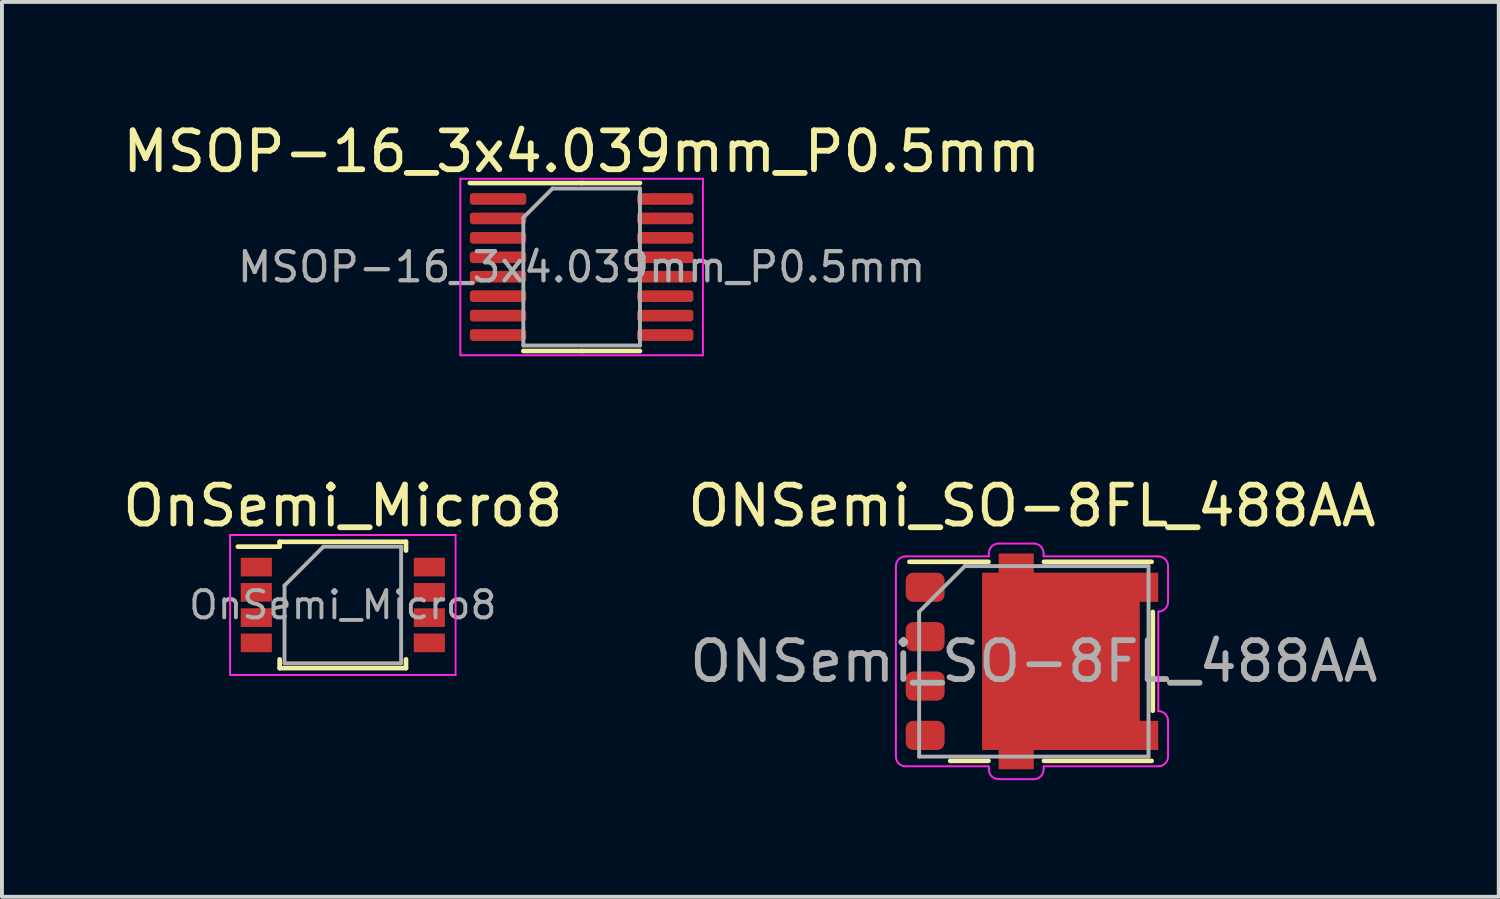
<source format=kicad_pcb>
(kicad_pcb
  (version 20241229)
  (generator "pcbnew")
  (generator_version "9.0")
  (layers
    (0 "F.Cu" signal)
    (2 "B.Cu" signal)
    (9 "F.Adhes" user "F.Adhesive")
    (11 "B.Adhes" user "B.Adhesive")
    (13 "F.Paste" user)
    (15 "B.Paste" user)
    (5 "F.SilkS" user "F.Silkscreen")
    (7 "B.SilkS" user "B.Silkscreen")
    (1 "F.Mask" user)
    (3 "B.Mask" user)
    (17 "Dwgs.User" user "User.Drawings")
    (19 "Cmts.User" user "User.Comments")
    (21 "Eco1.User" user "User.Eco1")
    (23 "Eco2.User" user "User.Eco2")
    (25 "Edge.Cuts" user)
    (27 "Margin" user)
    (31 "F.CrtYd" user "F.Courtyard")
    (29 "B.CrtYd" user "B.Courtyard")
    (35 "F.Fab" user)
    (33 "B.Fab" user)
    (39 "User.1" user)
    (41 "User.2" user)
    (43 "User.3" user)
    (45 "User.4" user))
  (footprint "ONSemi_SO-8FL_488AA"
    (layer "F.Cu")
    (at 23.494 13.961)
    (property "Reference" "ONSemi_SO-8FL_488AA" (at 0 -4 0) (layer "F.SilkS") (effects (font (size 1 1) (thickness 0.15))))
    (attr smd)
    (fp_line (start -1.118 -2.56) (end -3.152 -2.56) (stroke (width 0.12) (type solid)) (layer "F.SilkS"))
    (fp_line (start -1.118 2.56) (end -2.103 2.56) (stroke (width 0.12) (type solid)) (layer "F.SilkS"))
    (fp_line (start 3.078 -2.56) (end 0.308 -2.56) (stroke (width 0.12) (type solid)) (layer "F.SilkS"))
    (fp_line (start 3.078 2.56) (end 0.308 2.56) (stroke (width 0.12) (type solid)) (layer "F.SilkS"))
    (fp_line (start 3.108 -1.27) (end 3.108 1.27) (stroke (width 0.12) (type solid)) (layer "F.SilkS"))
    (fp_line (start -3.5 2.45) (end -3.5 -2.45) (stroke (width 0.05) (type solid)) (layer "F.CrtYd"))
    (fp_line (start -3.25 -2.7) (end -1.11 -2.7) (stroke (width 0.05) (type solid)) (layer "F.CrtYd"))
    (fp_line (start -3.25 2.7) (end -1.11 2.7) (stroke (width 0.05) (type solid)) (layer "F.CrtYd"))
    (fp_line (start -1.11 -2.78) (end -1.11 -2.7) (stroke (width 0.05) (type solid)) (layer "F.CrtYd"))
    (fp_line (start -1.11 2.7) (end -1.11 2.78) (stroke (width 0.05) (type solid)) (layer "F.CrtYd"))
    (fp_line (start -0.86 -3.03) (end 0.05 -3.03) (stroke (width 0.05) (type solid)) (layer "F.CrtYd"))
    (fp_line (start -0.86 3.03) (end 0.05 3.03) (stroke (width 0.05) (type solid)) (layer "F.CrtYd"))
    (fp_line (start 0.3 -2.7) (end 0.3 -2.78) (stroke (width 0.05) (type solid)) (layer "F.CrtYd"))
    (fp_line (start 0.3 -2.7) (end 3.25 -2.7) (stroke (width 0.05) (type solid)) (layer "F.CrtYd"))
    (fp_line (start 0.3 2.7) (end 3.25 2.7) (stroke (width 0.05) (type solid)) (layer "F.CrtYd"))
    (fp_line (start 0.3 2.78) (end 0.3 2.7) (stroke (width 0.05) (type solid)) (layer "F.CrtYd"))
    (fp_line (start 3.25 1.28) (end 3.25 -1.28) (stroke (width 0.05) (type solid)) (layer "F.CrtYd"))
    (fp_line (start 3.5 -1.53) (end 3.5 -2.45) (stroke (width 0.05) (type solid)) (layer "F.CrtYd"))
    (fp_line (start 3.5 2.45) (end 3.5 1.53) (stroke (width 0.05) (type solid)) (layer "F.CrtYd"))
    (fp_arc (start -3.5 -2.45) (mid -3.426777 -2.626777) (end -3.25 -2.7) (stroke (width 0.05) (type solid)) (layer "F.CrtYd"))
    (fp_arc (start -3.25 2.7) (mid -3.426777 2.626777) (end -3.5 2.45) (stroke (width 0.05) (type solid)) (layer "F.CrtYd"))
    (fp_arc (start -1.11 -2.78) (mid -1.036777 -2.956777) (end -0.86 -3.03) (stroke (width 0.05) (type solid)) (layer "F.CrtYd"))
    (fp_arc (start -0.86 3.03) (mid -1.036777 2.956777) (end -1.11 2.78) (stroke (width 0.05) (type solid)) (layer "F.CrtYd"))
    (fp_arc (start 0.05 -3.03) (mid 0.226777 -2.956777) (end 0.3 -2.78) (stroke (width 0.05) (type solid)) (layer "F.CrtYd"))
    (fp_arc (start 0.3 2.78) (mid 0.226777 2.956777) (end 0.05 3.03) (stroke (width 0.05) (type solid)) (layer "F.CrtYd"))
    (fp_arc (start 3.25 -2.7) (mid 3.426777 -2.626777) (end 3.5 -2.45) (stroke (width 0.05) (type solid)) (layer "F.CrtYd"))
    (fp_arc (start 3.25 1.28) (mid 3.426777 1.353223) (end 3.5 1.53) (stroke (width 0.05) (type solid)) (layer "F.CrtYd"))
    (fp_arc (start 3.5 -1.53) (mid 3.426777 -1.353223) (end 3.25 -1.28) (stroke (width 0.05) (type solid)) (layer "F.CrtYd"))
    (fp_arc (start 3.5 2.45) (mid 3.426777 2.626777) (end 3.25 2.7) (stroke (width 0.05) (type solid)) (layer "F.CrtYd"))
    (fp_line (start -2.902 -1.275) (end -2.902 2.45) (stroke (width 0.1) (type solid)) (layer "F.Fab"))
    (fp_line (start -1.727 -2.45) (end -2.902 -1.275) (stroke (width 0.1) (type solid)) (layer "F.Fab"))
    (fp_line (start 2.998 -2.45) (end -1.727 -2.45) (stroke (width 0.1) (type solid)) (layer "F.Fab"))
    (fp_line (start 2.998 -2.45) (end 2.998 2.45) (stroke (width 0.1) (type solid)) (layer "F.Fab"))
    (fp_line (start 2.998 2.45) (end -2.902 2.45) (stroke (width 0.1) (type solid)) (layer "F.Fab"))
    (fp_text user "${REFERENCE}" (at 0.048 0 0) (layer "F.Fab") (effects (font (size 1 1) (thickness 0.15))))
    (pad "1" smd roundrect (at -2.747 -1.905) (size 1 0.75) (layers "F.Cu" "F.Mask" "F.Paste") (roundrect_rratio 0.25))
    (pad "2" smd roundrect (at -2.747 -0.635) (size 1 0.75) (layers "F.Cu" "F.Mask" "F.Paste") (roundrect_rratio 0.25))
    (pad "3" smd roundrect (at -2.747 0.635) (size 1 0.75) (layers "F.Cu" "F.Mask" "F.Paste") (roundrect_rratio 0.25))
    (pad "4" smd roundrect (at -2.747 1.905) (size 1 0.75) (layers "F.Cu" "F.Mask" "F.Paste") (roundrect_rratio 0.25))
    (pad "5" smd custom (at 0.745 0) (size 4.055 4.56) (layers "F.Cu" "F.Mask" "F.Paste") (options (anchor rect)) (primitives (gr_poly (pts (xy -0.698 -2.28) (xy 2.502 -2.28) (xy 2.502 -1.53) (xy 1.905 -1.53) (xy 1.905 1.53) (xy 2.502 1.53) (xy 2.502 2.28) (xy -0.698 2.28) (xy -0.698 2.775) (xy -1.603 2.775) (xy -1.603 -2.775) (xy -0.698 -2.775)) (width 0) (fill yes)))))
  (footprint "OnSemi_Micro8"
    (layer "F.Cu")
    (at 5.768 12.511)
    (property "Reference" "OnSemi_Micro8" (at 0 -2.55 0) (layer "F.SilkS") (effects (font (size 1 1) (thickness 0.15))))
    (attr smd)
    (fp_line (start -1.625 -1.625) (end -1.625 -1.5) (stroke (width 0.12) (type solid)) (layer "F.SilkS"))
    (fp_line (start -1.625 -1.625) (end 1.625 -1.625) (stroke (width 0.12) (type solid)) (layer "F.SilkS"))
    (fp_line (start -1.625 -1.5) (end -2.7 -1.5) (stroke (width 0.12) (type solid)) (layer "F.SilkS"))
    (fp_line (start -1.625 1.625) (end -1.625 1.4) (stroke (width 0.12) (type solid)) (layer "F.SilkS"))
    (fp_line (start -1.625 1.625) (end 1.625 1.625) (stroke (width 0.12) (type solid)) (layer "F.SilkS"))
    (fp_line (start 1.625 -1.625) (end 1.625 -1.4) (stroke (width 0.12) (type solid)) (layer "F.SilkS"))
    (fp_line (start 1.625 1.625) (end 1.625 1.4) (stroke (width 0.12) (type solid)) (layer "F.SilkS"))
    (fp_line (start -2.9 -1.8) (end -2.9 1.8) (stroke (width 0.05) (type solid)) (layer "F.CrtYd"))
    (fp_line (start -2.9 -1.8) (end 2.9 -1.8) (stroke (width 0.05) (type solid)) (layer "F.CrtYd"))
    (fp_line (start -2.9 1.8) (end 2.9 1.8) (stroke (width 0.05) (type solid)) (layer "F.CrtYd"))
    (fp_line (start 2.9 -1.8) (end 2.9 1.8) (stroke (width 0.05) (type solid)) (layer "F.CrtYd"))
    (fp_line (start -1.5 -0.5) (end -0.5 -1.5) (stroke (width 0.1) (type solid)) (layer "F.Fab"))
    (fp_line (start -1.5 1.5) (end -1.5 -0.5) (stroke (width 0.1) (type solid)) (layer "F.Fab"))
    (fp_line (start -0.5 -1.5) (end 1.5 -1.5) (stroke (width 0.1) (type solid)) (layer "F.Fab"))
    (fp_line (start 1.5 -1.5) (end 1.5 1.5) (stroke (width 0.1) (type solid)) (layer "F.Fab"))
    (fp_line (start 1.5 1.5) (end -1.5 1.5) (stroke (width 0.1) (type solid)) (layer "F.Fab"))
    (fp_text user "${REFERENCE}" (at 0 0 0) (layer "F.Fab") (effects (font (size 0.7 0.7) (thickness 0.1))))
    (pad "1" smd rect (at -2.225 -0.975) (size 0.8 0.48) (layers "F.Cu" "F.Mask" "F.Paste"))
    (pad "2" smd rect (at -2.225 -0.325) (size 0.8 0.48) (layers "F.Cu" "F.Mask" "F.Paste"))
    (pad "3" smd rect (at -2.225 0.325) (size 0.8 0.48) (layers "F.Cu" "F.Mask" "F.Paste"))
    (pad "4" smd rect (at -2.225 0.975) (size 0.8 0.48) (layers "F.Cu" "F.Mask" "F.Paste"))
    (pad "5" smd rect (at 2.225 0.975) (size 0.8 0.48) (layers "F.Cu" "F.Mask" "F.Paste"))
    (pad "6" smd rect (at 2.225 0.325) (size 0.8 0.48) (layers "F.Cu" "F.Mask" "F.Paste"))
    (pad "7" smd rect (at 2.225 -0.325) (size 0.8 0.48) (layers "F.Cu" "F.Mask" "F.Paste"))
    (pad "8" smd rect (at 2.225 -0.975) (size 0.8 0.48) (layers "F.Cu" "F.Mask" "F.Paste")))
  (footprint "MSOP-16_3x4.039mm_P0.5mm"
    (layer "F.Cu")
    (at 11.911 3.818)
    (property "Reference" "MSOP-16_3x4.039mm_P0.5mm" (at 0 -2.97 0) (layer "F.SilkS") (effects (font (size 1 1) (thickness 0.15))))
    (attr smd)
    (fp_line (start 0 -2.16) (end -2.875 -2.16) (stroke (width 0.12) (type solid)) (layer "F.SilkS"))
    (fp_line (start 0 -2.16) (end 1.5 -2.16) (stroke (width 0.12) (type solid)) (layer "F.SilkS"))
    (fp_line (start 0 2.16) (end -1.5 2.16) (stroke (width 0.12) (type solid)) (layer "F.SilkS"))
    (fp_line (start 0 2.16) (end 1.5 2.16) (stroke (width 0.12) (type solid)) (layer "F.SilkS"))
    (fp_line (start -3.12 -2.27) (end -3.12 2.27) (stroke (width 0.05) (type solid)) (layer "F.CrtYd"))
    (fp_line (start -3.12 2.27) (end 3.12 2.27) (stroke (width 0.05) (type solid)) (layer "F.CrtYd"))
    (fp_line (start 3.12 -2.27) (end -3.12 -2.27) (stroke (width 0.05) (type solid)) (layer "F.CrtYd"))
    (fp_line (start 3.12 2.27) (end 3.12 -2.27) (stroke (width 0.05) (type solid)) (layer "F.CrtYd"))
    (fp_line (start -1.5 -1.27) (end -0.75 -2.019) (stroke (width 0.1) (type solid)) (layer "F.Fab"))
    (fp_line (start -1.5 2.019) (end -1.5 -1.27) (stroke (width 0.1) (type solid)) (layer "F.Fab"))
    (fp_line (start -0.75 -2.019) (end 1.5 -2.019) (stroke (width 0.1) (type solid)) (layer "F.Fab"))
    (fp_line (start 1.5 -2.019) (end 1.5 2.019) (stroke (width 0.1) (type solid)) (layer "F.Fab"))
    (fp_line (start 1.5 2.019) (end -1.5 2.019) (stroke (width 0.1) (type solid)) (layer "F.Fab"))
    (fp_text user "${REFERENCE}" (at 0 0 0) (layer "F.Fab") (effects (font (size 0.75 0.75) (thickness 0.11))))
    (pad "1" smd roundrect (at -2.15 -1.75) (size 1.45 0.3) (layers "F.Cu" "F.Mask" "F.Paste") (roundrect_rratio 0.25))
    (pad "2" smd roundrect (at -2.15 -1.25) (size 1.45 0.3) (layers "F.Cu" "F.Mask" "F.Paste") (roundrect_rratio 0.25))
    (pad "3" smd roundrect (at -2.15 -0.75) (size 1.45 0.3) (layers "F.Cu" "F.Mask" "F.Paste") (roundrect_rratio 0.25))
    (pad "4" smd roundrect (at -2.15 -0.25) (size 1.45 0.3) (layers "F.Cu" "F.Mask" "F.Paste") (roundrect_rratio 0.25))
    (pad "5" smd roundrect (at -2.15 0.25) (size 1.45 0.3) (layers "F.Cu" "F.Mask" "F.Paste") (roundrect_rratio 0.25))
    (pad "6" smd roundrect (at -2.15 0.75) (size 1.45 0.3) (layers "F.Cu" "F.Mask" "F.Paste") (roundrect_rratio 0.25))
    (pad "7" smd roundrect (at -2.15 1.25) (size 1.45 0.3) (layers "F.Cu" "F.Mask" "F.Paste") (roundrect_rratio 0.25))
    (pad "8" smd roundrect (at -2.15 1.75) (size 1.45 0.3) (layers "F.Cu" "F.Mask" "F.Paste") (roundrect_rratio 0.25))
    (pad "9" smd roundrect (at 2.15 1.75) (size 1.45 0.3) (layers "F.Cu" "F.Mask" "F.Paste") (roundrect_rratio 0.25))
    (pad "10" smd roundrect (at 2.15 1.25) (size 1.45 0.3) (layers "F.Cu" "F.Mask" "F.Paste") (roundrect_rratio 0.25))
    (pad "11" smd roundrect (at 2.15 0.75) (size 1.45 0.3) (layers "F.Cu" "F.Mask" "F.Paste") (roundrect_rratio 0.25))
    (pad "12" smd roundrect (at 2.15 0.25) (size 1.45 0.3) (layers "F.Cu" "F.Mask" "F.Paste") (roundrect_rratio 0.25))
    (pad "13" smd roundrect (at 2.15 -0.25) (size 1.45 0.3) (layers "F.Cu" "F.Mask" "F.Paste") (roundrect_rratio 0.25))
    (pad "14" smd roundrect (at 2.15 -0.75) (size 1.45 0.3) (layers "F.Cu" "F.Mask" "F.Paste") (roundrect_rratio 0.25))
    (pad "15" smd roundrect (at 2.15 -1.25) (size 1.45 0.3) (layers "F.Cu" "F.Mask" "F.Paste") (roundrect_rratio 0.25))
    (pad "16" smd roundrect (at 2.15 -1.75) (size 1.45 0.3) (layers "F.Cu" "F.Mask" "F.Paste") (roundrect_rratio 0.25)))
  (gr_rect
    (start -3 -3)
    (end 35.5 20.017)
    (stroke (width 0.1) (type default))
    (fill no)
    (layer "Edge.Cuts")))
</source>
